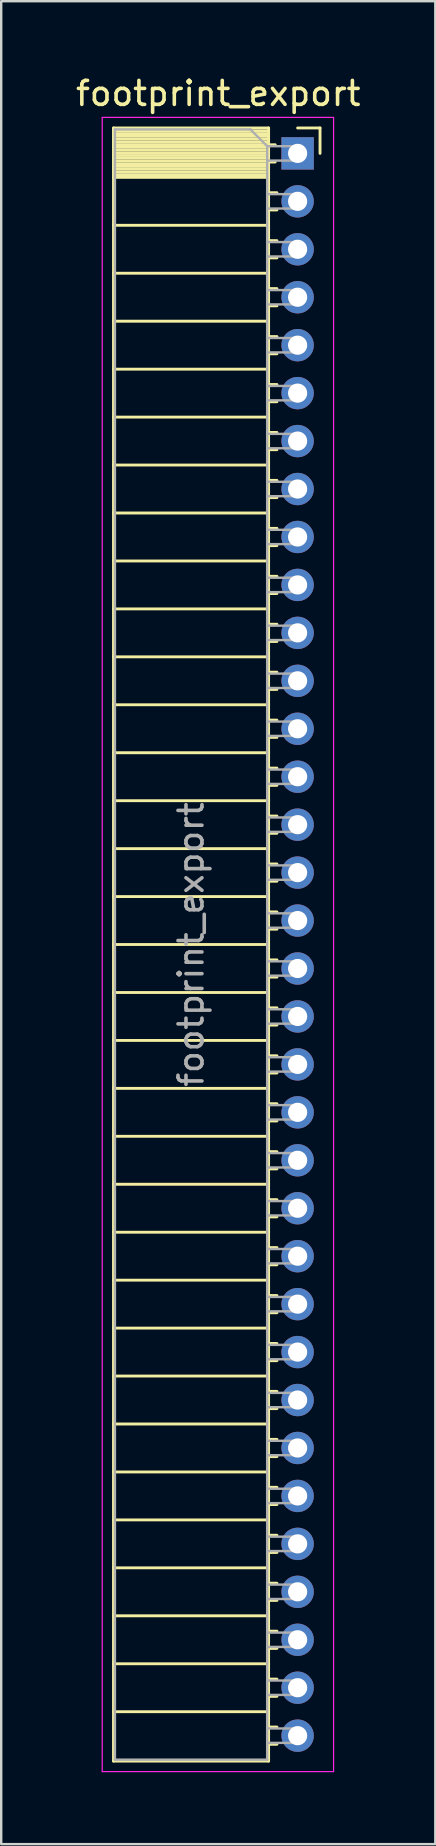
<source format=kicad_pcb>
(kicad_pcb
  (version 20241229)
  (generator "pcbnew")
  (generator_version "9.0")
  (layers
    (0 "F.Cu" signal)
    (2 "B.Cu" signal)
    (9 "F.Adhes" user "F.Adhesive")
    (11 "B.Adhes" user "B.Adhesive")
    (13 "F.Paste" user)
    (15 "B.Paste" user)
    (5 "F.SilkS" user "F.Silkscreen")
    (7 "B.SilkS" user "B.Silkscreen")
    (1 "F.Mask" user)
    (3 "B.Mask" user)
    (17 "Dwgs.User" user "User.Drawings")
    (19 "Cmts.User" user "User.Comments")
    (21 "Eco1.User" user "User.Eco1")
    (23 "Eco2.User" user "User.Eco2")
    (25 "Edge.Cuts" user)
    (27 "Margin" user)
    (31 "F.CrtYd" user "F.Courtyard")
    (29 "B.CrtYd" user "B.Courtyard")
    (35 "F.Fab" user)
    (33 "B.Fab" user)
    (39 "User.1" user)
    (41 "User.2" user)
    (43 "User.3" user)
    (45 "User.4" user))
  (footprint "footprint_export"
    (layer "F.Cu")
    (at 9.364 3.348)
    (property "Reference" "footprint_export" (at -3.31 -2.5 0) (layer "F.SilkS") (effects (font (size 1 1) (thickness 0.15))))
    (attr through_hole)
    (fp_line (start -7.68 -1.06) (end -7.68 67.06) (stroke (width 0.12) (type solid)) (layer "F.SilkS"))
    (fp_line (start -7.68 -1.06) (end -1.21 -1.06) (stroke (width 0.12) (type solid)) (layer "F.SilkS"))
    (fp_line (start -7.68 -0.94) (end -1.21 -0.94) (stroke (width 0.12) (type solid)) (layer "F.SilkS"))
    (fp_line (start -7.68 -0.826) (end -1.21 -0.826) (stroke (width 0.12) (type solid)) (layer "F.SilkS"))
    (fp_line (start -7.68 -0.712) (end -1.21 -0.712) (stroke (width 0.12) (type solid)) (layer "F.SilkS"))
    (fp_line (start -7.68 -0.598) (end -1.21 -0.598) (stroke (width 0.12) (type solid)) (layer "F.SilkS"))
    (fp_line (start -7.68 -0.484) (end -1.21 -0.484) (stroke (width 0.12) (type solid)) (layer "F.SilkS"))
    (fp_line (start -7.68 -0.369) (end -1.21 -0.369) (stroke (width 0.12) (type solid)) (layer "F.SilkS"))
    (fp_line (start -7.68 -0.255) (end -1.21 -0.255) (stroke (width 0.12) (type solid)) (layer "F.SilkS"))
    (fp_line (start -7.68 -0.141) (end -1.21 -0.141) (stroke (width 0.12) (type solid)) (layer "F.SilkS"))
    (fp_line (start -7.68 -0.027) (end -1.21 -0.027) (stroke (width 0.12) (type solid)) (layer "F.SilkS"))
    (fp_line (start -7.68 0.087) (end -1.21 0.087) (stroke (width 0.12) (type solid)) (layer "F.SilkS"))
    (fp_line (start -7.68 0.201) (end -1.21 0.201) (stroke (width 0.12) (type solid)) (layer "F.SilkS"))
    (fp_line (start -7.68 0.315) (end -1.21 0.315) (stroke (width 0.12) (type solid)) (layer "F.SilkS"))
    (fp_line (start -7.68 0.429) (end -1.21 0.429) (stroke (width 0.12) (type solid)) (layer "F.SilkS"))
    (fp_line (start -7.68 0.544) (end -1.21 0.544) (stroke (width 0.12) (type solid)) (layer "F.SilkS"))
    (fp_line (start -7.68 0.658) (end -1.21 0.658) (stroke (width 0.12) (type solid)) (layer "F.SilkS"))
    (fp_line (start -7.68 0.772) (end -1.21 0.772) (stroke (width 0.12) (type solid)) (layer "F.SilkS"))
    (fp_line (start -7.68 0.886) (end -1.21 0.886) (stroke (width 0.12) (type solid)) (layer "F.SilkS"))
    (fp_line (start -7.68 1) (end -1.21 1) (stroke (width 0.12) (type solid)) (layer "F.SilkS"))
    (fp_line (start -7.68 3) (end -1.21 3) (stroke (width 0.12) (type solid)) (layer "F.SilkS"))
    (fp_line (start -7.68 5) (end -1.21 5) (stroke (width 0.12) (type solid)) (layer "F.SilkS"))
    (fp_line (start -7.68 7) (end -1.21 7) (stroke (width 0.12) (type solid)) (layer "F.SilkS"))
    (fp_line (start -7.68 9) (end -1.21 9) (stroke (width 0.12) (type solid)) (layer "F.SilkS"))
    (fp_line (start -7.68 11) (end -1.21 11) (stroke (width 0.12) (type solid)) (layer "F.SilkS"))
    (fp_line (start -7.68 13) (end -1.21 13) (stroke (width 0.12) (type solid)) (layer "F.SilkS"))
    (fp_line (start -7.68 15) (end -1.21 15) (stroke (width 0.12) (type solid)) (layer "F.SilkS"))
    (fp_line (start -7.68 17) (end -1.21 17) (stroke (width 0.12) (type solid)) (layer "F.SilkS"))
    (fp_line (start -7.68 19) (end -1.21 19) (stroke (width 0.12) (type solid)) (layer "F.SilkS"))
    (fp_line (start -7.68 21) (end -1.21 21) (stroke (width 0.12) (type solid)) (layer "F.SilkS"))
    (fp_line (start -7.68 23) (end -1.21 23) (stroke (width 0.12) (type solid)) (layer "F.SilkS"))
    (fp_line (start -7.68 25) (end -1.21 25) (stroke (width 0.12) (type solid)) (layer "F.SilkS"))
    (fp_line (start -7.68 27) (end -1.21 27) (stroke (width 0.12) (type solid)) (layer "F.SilkS"))
    (fp_line (start -7.68 29) (end -1.21 29) (stroke (width 0.12) (type solid)) (layer "F.SilkS"))
    (fp_line (start -7.68 31) (end -1.21 31) (stroke (width 0.12) (type solid)) (layer "F.SilkS"))
    (fp_line (start -7.68 33) (end -1.21 33) (stroke (width 0.12) (type solid)) (layer "F.SilkS"))
    (fp_line (start -7.68 35) (end -1.21 35) (stroke (width 0.12) (type solid)) (layer "F.SilkS"))
    (fp_line (start -7.68 37) (end -1.21 37) (stroke (width 0.12) (type solid)) (layer "F.SilkS"))
    (fp_line (start -7.68 39) (end -1.21 39) (stroke (width 0.12) (type solid)) (layer "F.SilkS"))
    (fp_line (start -7.68 41) (end -1.21 41) (stroke (width 0.12) (type solid)) (layer "F.SilkS"))
    (fp_line (start -7.68 43) (end -1.21 43) (stroke (width 0.12) (type solid)) (layer "F.SilkS"))
    (fp_line (start -7.68 45) (end -1.21 45) (stroke (width 0.12) (type solid)) (layer "F.SilkS"))
    (fp_line (start -7.68 47) (end -1.21 47) (stroke (width 0.12) (type solid)) (layer "F.SilkS"))
    (fp_line (start -7.68 49) (end -1.21 49) (stroke (width 0.12) (type solid)) (layer "F.SilkS"))
    (fp_line (start -7.68 51) (end -1.21 51) (stroke (width 0.12) (type solid)) (layer "F.SilkS"))
    (fp_line (start -7.68 53) (end -1.21 53) (stroke (width 0.12) (type solid)) (layer "F.SilkS"))
    (fp_line (start -7.68 55) (end -1.21 55) (stroke (width 0.12) (type solid)) (layer "F.SilkS"))
    (fp_line (start -7.68 57) (end -1.21 57) (stroke (width 0.12) (type solid)) (layer "F.SilkS"))
    (fp_line (start -7.68 59) (end -1.21 59) (stroke (width 0.12) (type solid)) (layer "F.SilkS"))
    (fp_line (start -7.68 61) (end -1.21 61) (stroke (width 0.12) (type solid)) (layer "F.SilkS"))
    (fp_line (start -7.68 63) (end -1.21 63) (stroke (width 0.12) (type solid)) (layer "F.SilkS"))
    (fp_line (start -7.68 65) (end -1.21 65) (stroke (width 0.12) (type solid)) (layer "F.SilkS"))
    (fp_line (start -7.68 67.06) (end -1.21 67.06) (stroke (width 0.12) (type solid)) (layer "F.SilkS"))
    (fp_line (start -1.21 -1.06) (end -1.21 67.06) (stroke (width 0.12) (type solid)) (layer "F.SilkS"))
    (fp_line (start -1.21 -0.36) (end -0.935 -0.36) (stroke (width 0.12) (type solid)) (layer "F.SilkS"))
    (fp_line (start -1.21 0.36) (end -0.935 0.36) (stroke (width 0.12) (type solid)) (layer "F.SilkS"))
    (fp_line (start -1.21 1.64) (end -0.863 1.64) (stroke (width 0.12) (type solid)) (layer "F.SilkS"))
    (fp_line (start -1.21 2.36) (end -0.863 2.36) (stroke (width 0.12) (type solid)) (layer "F.SilkS"))
    (fp_line (start -1.21 3.64) (end -0.863 3.64) (stroke (width 0.12) (type solid)) (layer "F.SilkS"))
    (fp_line (start -1.21 4.36) (end -0.863 4.36) (stroke (width 0.12) (type solid)) (layer "F.SilkS"))
    (fp_line (start -1.21 5.64) (end -0.863 5.64) (stroke (width 0.12) (type solid)) (layer "F.SilkS"))
    (fp_line (start -1.21 6.36) (end -0.863 6.36) (stroke (width 0.12) (type solid)) (layer "F.SilkS"))
    (fp_line (start -1.21 7.64) (end -0.863 7.64) (stroke (width 0.12) (type solid)) (layer "F.SilkS"))
    (fp_line (start -1.21 8.36) (end -0.863 8.36) (stroke (width 0.12) (type solid)) (layer "F.SilkS"))
    (fp_line (start -1.21 9.64) (end -0.863 9.64) (stroke (width 0.12) (type solid)) (layer "F.SilkS"))
    (fp_line (start -1.21 10.36) (end -0.863 10.36) (stroke (width 0.12) (type solid)) (layer "F.SilkS"))
    (fp_line (start -1.21 11.64) (end -0.863 11.64) (stroke (width 0.12) (type solid)) (layer "F.SilkS"))
    (fp_line (start -1.21 12.36) (end -0.863 12.36) (stroke (width 0.12) (type solid)) (layer "F.SilkS"))
    (fp_line (start -1.21 13.64) (end -0.863 13.64) (stroke (width 0.12) (type solid)) (layer "F.SilkS"))
    (fp_line (start -1.21 14.36) (end -0.863 14.36) (stroke (width 0.12) (type solid)) (layer "F.SilkS"))
    (fp_line (start -1.21 15.64) (end -0.863 15.64) (stroke (width 0.12) (type solid)) (layer "F.SilkS"))
    (fp_line (start -1.21 16.36) (end -0.863 16.36) (stroke (width 0.12) (type solid)) (layer "F.SilkS"))
    (fp_line (start -1.21 17.64) (end -0.863 17.64) (stroke (width 0.12) (type solid)) (layer "F.SilkS"))
    (fp_line (start -1.21 18.36) (end -0.863 18.36) (stroke (width 0.12) (type solid)) (layer "F.SilkS"))
    (fp_line (start -1.21 19.64) (end -0.863 19.64) (stroke (width 0.12) (type solid)) (layer "F.SilkS"))
    (fp_line (start -1.21 20.36) (end -0.863 20.36) (stroke (width 0.12) (type solid)) (layer "F.SilkS"))
    (fp_line (start -1.21 21.64) (end -0.863 21.64) (stroke (width 0.12) (type solid)) (layer "F.SilkS"))
    (fp_line (start -1.21 22.36) (end -0.863 22.36) (stroke (width 0.12) (type solid)) (layer "F.SilkS"))
    (fp_line (start -1.21 23.64) (end -0.863 23.64) (stroke (width 0.12) (type solid)) (layer "F.SilkS"))
    (fp_line (start -1.21 24.36) (end -0.863 24.36) (stroke (width 0.12) (type solid)) (layer "F.SilkS"))
    (fp_line (start -1.21 25.64) (end -0.863 25.64) (stroke (width 0.12) (type solid)) (layer "F.SilkS"))
    (fp_line (start -1.21 26.36) (end -0.863 26.36) (stroke (width 0.12) (type solid)) (layer "F.SilkS"))
    (fp_line (start -1.21 27.64) (end -0.863 27.64) (stroke (width 0.12) (type solid)) (layer "F.SilkS"))
    (fp_line (start -1.21 28.36) (end -0.863 28.36) (stroke (width 0.12) (type solid)) (layer "F.SilkS"))
    (fp_line (start -1.21 29.64) (end -0.863 29.64) (stroke (width 0.12) (type solid)) (layer "F.SilkS"))
    (fp_line (start -1.21 30.36) (end -0.863 30.36) (stroke (width 0.12) (type solid)) (layer "F.SilkS"))
    (fp_line (start -1.21 31.64) (end -0.863 31.64) (stroke (width 0.12) (type solid)) (layer "F.SilkS"))
    (fp_line (start -1.21 32.36) (end -0.863 32.36) (stroke (width 0.12) (type solid)) (layer "F.SilkS"))
    (fp_line (start -1.21 33.64) (end -0.863 33.64) (stroke (width 0.12) (type solid)) (layer "F.SilkS"))
    (fp_line (start -1.21 34.36) (end -0.863 34.36) (stroke (width 0.12) (type solid)) (layer "F.SilkS"))
    (fp_line (start -1.21 35.64) (end -0.863 35.64) (stroke (width 0.12) (type solid)) (layer "F.SilkS"))
    (fp_line (start -1.21 36.36) (end -0.863 36.36) (stroke (width 0.12) (type solid)) (layer "F.SilkS"))
    (fp_line (start -1.21 37.64) (end -0.863 37.64) (stroke (width 0.12) (type solid)) (layer "F.SilkS"))
    (fp_line (start -1.21 38.36) (end -0.863 38.36) (stroke (width 0.12) (type solid)) (layer "F.SilkS"))
    (fp_line (start -1.21 39.64) (end -0.863 39.64) (stroke (width 0.12) (type solid)) (layer "F.SilkS"))
    (fp_line (start -1.21 40.36) (end -0.863 40.36) (stroke (width 0.12) (type solid)) (layer "F.SilkS"))
    (fp_line (start -1.21 41.64) (end -0.863 41.64) (stroke (width 0.12) (type solid)) (layer "F.SilkS"))
    (fp_line (start -1.21 42.36) (end -0.863 42.36) (stroke (width 0.12) (type solid)) (layer "F.SilkS"))
    (fp_line (start -1.21 43.64) (end -0.863 43.64) (stroke (width 0.12) (type solid)) (layer "F.SilkS"))
    (fp_line (start -1.21 44.36) (end -0.863 44.36) (stroke (width 0.12) (type solid)) (layer "F.SilkS"))
    (fp_line (start -1.21 45.64) (end -0.863 45.64) (stroke (width 0.12) (type solid)) (layer "F.SilkS"))
    (fp_line (start -1.21 46.36) (end -0.863 46.36) (stroke (width 0.12) (type solid)) (layer "F.SilkS"))
    (fp_line (start -1.21 47.64) (end -0.863 47.64) (stroke (width 0.12) (type solid)) (layer "F.SilkS"))
    (fp_line (start -1.21 48.36) (end -0.863 48.36) (stroke (width 0.12) (type solid)) (layer "F.SilkS"))
    (fp_line (start -1.21 49.64) (end -0.863 49.64) (stroke (width 0.12) (type solid)) (layer "F.SilkS"))
    (fp_line (start -1.21 50.36) (end -0.863 50.36) (stroke (width 0.12) (type solid)) (layer "F.SilkS"))
    (fp_line (start -1.21 51.64) (end -0.863 51.64) (stroke (width 0.12) (type solid)) (layer "F.SilkS"))
    (fp_line (start -1.21 52.36) (end -0.863 52.36) (stroke (width 0.12) (type solid)) (layer "F.SilkS"))
    (fp_line (start -1.21 53.64) (end -0.863 53.64) (stroke (width 0.12) (type solid)) (layer "F.SilkS"))
    (fp_line (start -1.21 54.36) (end -0.863 54.36) (stroke (width 0.12) (type solid)) (layer "F.SilkS"))
    (fp_line (start -1.21 55.64) (end -0.863 55.64) (stroke (width 0.12) (type solid)) (layer "F.SilkS"))
    (fp_line (start -1.21 56.36) (end -0.863 56.36) (stroke (width 0.12) (type solid)) (layer "F.SilkS"))
    (fp_line (start -1.21 57.64) (end -0.863 57.64) (stroke (width 0.12) (type solid)) (layer "F.SilkS"))
    (fp_line (start -1.21 58.36) (end -0.863 58.36) (stroke (width 0.12) (type solid)) (layer "F.SilkS"))
    (fp_line (start -1.21 59.64) (end -0.863 59.64) (stroke (width 0.12) (type solid)) (layer "F.SilkS"))
    (fp_line (start -1.21 60.36) (end -0.863 60.36) (stroke (width 0.12) (type solid)) (layer "F.SilkS"))
    (fp_line (start -1.21 61.64) (end -0.863 61.64) (stroke (width 0.12) (type solid)) (layer "F.SilkS"))
    (fp_line (start -1.21 62.36) (end -0.863 62.36) (stroke (width 0.12) (type solid)) (layer "F.SilkS"))
    (fp_line (start -1.21 63.64) (end -0.863 63.64) (stroke (width 0.12) (type solid)) (layer "F.SilkS"))
    (fp_line (start -1.21 64.36) (end -0.863 64.36) (stroke (width 0.12) (type solid)) (layer "F.SilkS"))
    (fp_line (start -1.21 65.64) (end -0.863 65.64) (stroke (width 0.12) (type solid)) (layer "F.SilkS"))
    (fp_line (start -1.21 66.36) (end -0.863 66.36) (stroke (width 0.12) (type solid)) (layer "F.SilkS"))
    (fp_line (start 0 -1.06) (end 0.935 -1.06) (stroke (width 0.12) (type solid)) (layer "F.SilkS"))
    (fp_line (start 0.935 -1.06) (end 0.935 0) (stroke (width 0.12) (type solid)) (layer "F.SilkS"))
    (fp_line (start -8.15 -1.5) (end -8.15 67.5) (stroke (width 0.05) (type solid)) (layer "F.CrtYd"))
    (fp_line (start -8.15 67.5) (end 1.5 67.5) (stroke (width 0.05) (type solid)) (layer "F.CrtYd"))
    (fp_line (start 1.5 -1.5) (end -8.15 -1.5) (stroke (width 0.05) (type solid)) (layer "F.CrtYd"))
    (fp_line (start 1.5 67.5) (end 1.5 -1.5) (stroke (width 0.05) (type solid)) (layer "F.CrtYd"))
    (fp_line (start -7.62 -1) (end -1.97 -1) (stroke (width 0.1) (type solid)) (layer "F.Fab"))
    (fp_line (start -7.62 67) (end -7.62 -1) (stroke (width 0.1) (type solid)) (layer "F.Fab"))
    (fp_line (start -1.97 -1) (end -1.27 -0.3) (stroke (width 0.1) (type solid)) (layer "F.Fab"))
    (fp_line (start -1.27 -0.3) (end -1.27 67) (stroke (width 0.1) (type solid)) (layer "F.Fab"))
    (fp_line (start -1.27 0.3) (end 0 0.3) (stroke (width 0.1) (type solid)) (layer "F.Fab"))
    (fp_line (start -1.27 2.3) (end 0 2.3) (stroke (width 0.1) (type solid)) (layer "F.Fab"))
    (fp_line (start -1.27 4.3) (end 0 4.3) (stroke (width 0.1) (type solid)) (layer "F.Fab"))
    (fp_line (start -1.27 6.3) (end 0 6.3) (stroke (width 0.1) (type solid)) (layer "F.Fab"))
    (fp_line (start -1.27 8.3) (end 0 8.3) (stroke (width 0.1) (type solid)) (layer "F.Fab"))
    (fp_line (start -1.27 10.3) (end 0 10.3) (stroke (width 0.1) (type solid)) (layer "F.Fab"))
    (fp_line (start -1.27 12.3) (end 0 12.3) (stroke (width 0.1) (type solid)) (layer "F.Fab"))
    (fp_line (start -1.27 14.3) (end 0 14.3) (stroke (width 0.1) (type solid)) (layer "F.Fab"))
    (fp_line (start -1.27 16.3) (end 0 16.3) (stroke (width 0.1) (type solid)) (layer "F.Fab"))
    (fp_line (start -1.27 18.3) (end 0 18.3) (stroke (width 0.1) (type solid)) (layer "F.Fab"))
    (fp_line (start -1.27 20.3) (end 0 20.3) (stroke (width 0.1) (type solid)) (layer "F.Fab"))
    (fp_line (start -1.27 22.3) (end 0 22.3) (stroke (width 0.1) (type solid)) (layer "F.Fab"))
    (fp_line (start -1.27 24.3) (end 0 24.3) (stroke (width 0.1) (type solid)) (layer "F.Fab"))
    (fp_line (start -1.27 26.3) (end 0 26.3) (stroke (width 0.1) (type solid)) (layer "F.Fab"))
    (fp_line (start -1.27 28.3) (end 0 28.3) (stroke (width 0.1) (type solid)) (layer "F.Fab"))
    (fp_line (start -1.27 30.3) (end 0 30.3) (stroke (width 0.1) (type solid)) (layer "F.Fab"))
    (fp_line (start -1.27 32.3) (end 0 32.3) (stroke (width 0.1) (type solid)) (layer "F.Fab"))
    (fp_line (start -1.27 34.3) (end 0 34.3) (stroke (width 0.1) (type solid)) (layer "F.Fab"))
    (fp_line (start -1.27 36.3) (end 0 36.3) (stroke (width 0.1) (type solid)) (layer "F.Fab"))
    (fp_line (start -1.27 38.3) (end 0 38.3) (stroke (width 0.1) (type solid)) (layer "F.Fab"))
    (fp_line (start -1.27 40.3) (end 0 40.3) (stroke (width 0.1) (type solid)) (layer "F.Fab"))
    (fp_line (start -1.27 42.3) (end 0 42.3) (stroke (width 0.1) (type solid)) (layer "F.Fab"))
    (fp_line (start -1.27 44.3) (end 0 44.3) (stroke (width 0.1) (type solid)) (layer "F.Fab"))
    (fp_line (start -1.27 46.3) (end 0 46.3) (stroke (width 0.1) (type solid)) (layer "F.Fab"))
    (fp_line (start -1.27 48.3) (end 0 48.3) (stroke (width 0.1) (type solid)) (layer "F.Fab"))
    (fp_line (start -1.27 50.3) (end 0 50.3) (stroke (width 0.1) (type solid)) (layer "F.Fab"))
    (fp_line (start -1.27 52.3) (end 0 52.3) (stroke (width 0.1) (type solid)) (layer "F.Fab"))
    (fp_line (start -1.27 54.3) (end 0 54.3) (stroke (width 0.1) (type solid)) (layer "F.Fab"))
    (fp_line (start -1.27 56.3) (end 0 56.3) (stroke (width 0.1) (type solid)) (layer "F.Fab"))
    (fp_line (start -1.27 58.3) (end 0 58.3) (stroke (width 0.1) (type solid)) (layer "F.Fab"))
    (fp_line (start -1.27 60.3) (end 0 60.3) (stroke (width 0.1) (type solid)) (layer "F.Fab"))
    (fp_line (start -1.27 62.3) (end 0 62.3) (stroke (width 0.1) (type solid)) (layer "F.Fab"))
    (fp_line (start -1.27 64.3) (end 0 64.3) (stroke (width 0.1) (type solid)) (layer "F.Fab"))
    (fp_line (start -1.27 66.3) (end 0 66.3) (stroke (width 0.1) (type solid)) (layer "F.Fab"))
    (fp_line (start -1.27 67) (end -7.62 67) (stroke (width 0.1) (type solid)) (layer "F.Fab"))
    (fp_line (start 0 -0.3) (end -1.27 -0.3) (stroke (width 0.1) (type solid)) (layer "F.Fab"))
    (fp_line (start 0 0.3) (end 0 -0.3) (stroke (width 0.1) (type solid)) (layer "F.Fab"))
    (fp_line (start 0 1.7) (end -1.27 1.7) (stroke (width 0.1) (type solid)) (layer "F.Fab"))
    (fp_line (start 0 2.3) (end 0 1.7) (stroke (width 0.1) (type solid)) (layer "F.Fab"))
    (fp_line (start 0 3.7) (end -1.27 3.7) (stroke (width 0.1) (type solid)) (layer "F.Fab"))
    (fp_line (start 0 4.3) (end 0 3.7) (stroke (width 0.1) (type solid)) (layer "F.Fab"))
    (fp_line (start 0 5.7) (end -1.27 5.7) (stroke (width 0.1) (type solid)) (layer "F.Fab"))
    (fp_line (start 0 6.3) (end 0 5.7) (stroke (width 0.1) (type solid)) (layer "F.Fab"))
    (fp_line (start 0 7.7) (end -1.27 7.7) (stroke (width 0.1) (type solid)) (layer "F.Fab"))
    (fp_line (start 0 8.3) (end 0 7.7) (stroke (width 0.1) (type solid)) (layer "F.Fab"))
    (fp_line (start 0 9.7) (end -1.27 9.7) (stroke (width 0.1) (type solid)) (layer "F.Fab"))
    (fp_line (start 0 10.3) (end 0 9.7) (stroke (width 0.1) (type solid)) (layer "F.Fab"))
    (fp_line (start 0 11.7) (end -1.27 11.7) (stroke (width 0.1) (type solid)) (layer "F.Fab"))
    (fp_line (start 0 12.3) (end 0 11.7) (stroke (width 0.1) (type solid)) (layer "F.Fab"))
    (fp_line (start 0 13.7) (end -1.27 13.7) (stroke (width 0.1) (type solid)) (layer "F.Fab"))
    (fp_line (start 0 14.3) (end 0 13.7) (stroke (width 0.1) (type solid)) (layer "F.Fab"))
    (fp_line (start 0 15.7) (end -1.27 15.7) (stroke (width 0.1) (type solid)) (layer "F.Fab"))
    (fp_line (start 0 16.3) (end 0 15.7) (stroke (width 0.1) (type solid)) (layer "F.Fab"))
    (fp_line (start 0 17.7) (end -1.27 17.7) (stroke (width 0.1) (type solid)) (layer "F.Fab"))
    (fp_line (start 0 18.3) (end 0 17.7) (stroke (width 0.1) (type solid)) (layer "F.Fab"))
    (fp_line (start 0 19.7) (end -1.27 19.7) (stroke (width 0.1) (type solid)) (layer "F.Fab"))
    (fp_line (start 0 20.3) (end 0 19.7) (stroke (width 0.1) (type solid)) (layer "F.Fab"))
    (fp_line (start 0 21.7) (end -1.27 21.7) (stroke (width 0.1) (type solid)) (layer "F.Fab"))
    (fp_line (start 0 22.3) (end 0 21.7) (stroke (width 0.1) (type solid)) (layer "F.Fab"))
    (fp_line (start 0 23.7) (end -1.27 23.7) (stroke (width 0.1) (type solid)) (layer "F.Fab"))
    (fp_line (start 0 24.3) (end 0 23.7) (stroke (width 0.1) (type solid)) (layer "F.Fab"))
    (fp_line (start 0 25.7) (end -1.27 25.7) (stroke (width 0.1) (type solid)) (layer "F.Fab"))
    (fp_line (start 0 26.3) (end 0 25.7) (stroke (width 0.1) (type solid)) (layer "F.Fab"))
    (fp_line (start 0 27.7) (end -1.27 27.7) (stroke (width 0.1) (type solid)) (layer "F.Fab"))
    (fp_line (start 0 28.3) (end 0 27.7) (stroke (width 0.1) (type solid)) (layer "F.Fab"))
    (fp_line (start 0 29.7) (end -1.27 29.7) (stroke (width 0.1) (type solid)) (layer "F.Fab"))
    (fp_line (start 0 30.3) (end 0 29.7) (stroke (width 0.1) (type solid)) (layer "F.Fab"))
    (fp_line (start 0 31.7) (end -1.27 31.7) (stroke (width 0.1) (type solid)) (layer "F.Fab"))
    (fp_line (start 0 32.3) (end 0 31.7) (stroke (width 0.1) (type solid)) (layer "F.Fab"))
    (fp_line (start 0 33.7) (end -1.27 33.7) (stroke (width 0.1) (type solid)) (layer "F.Fab"))
    (fp_line (start 0 34.3) (end 0 33.7) (stroke (width 0.1) (type solid)) (layer "F.Fab"))
    (fp_line (start 0 35.7) (end -1.27 35.7) (stroke (width 0.1) (type solid)) (layer "F.Fab"))
    (fp_line (start 0 36.3) (end 0 35.7) (stroke (width 0.1) (type solid)) (layer "F.Fab"))
    (fp_line (start 0 37.7) (end -1.27 37.7) (stroke (width 0.1) (type solid)) (layer "F.Fab"))
    (fp_line (start 0 38.3) (end 0 37.7) (stroke (width 0.1) (type solid)) (layer "F.Fab"))
    (fp_line (start 0 39.7) (end -1.27 39.7) (stroke (width 0.1) (type solid)) (layer "F.Fab"))
    (fp_line (start 0 40.3) (end 0 39.7) (stroke (width 0.1) (type solid)) (layer "F.Fab"))
    (fp_line (start 0 41.7) (end -1.27 41.7) (stroke (width 0.1) (type solid)) (layer "F.Fab"))
    (fp_line (start 0 42.3) (end 0 41.7) (stroke (width 0.1) (type solid)) (layer "F.Fab"))
    (fp_line (start 0 43.7) (end -1.27 43.7) (stroke (width 0.1) (type solid)) (layer "F.Fab"))
    (fp_line (start 0 44.3) (end 0 43.7) (stroke (width 0.1) (type solid)) (layer "F.Fab"))
    (fp_line (start 0 45.7) (end -1.27 45.7) (stroke (width 0.1) (type solid)) (layer "F.Fab"))
    (fp_line (start 0 46.3) (end 0 45.7) (stroke (width 0.1) (type solid)) (layer "F.Fab"))
    (fp_line (start 0 47.7) (end -1.27 47.7) (stroke (width 0.1) (type solid)) (layer "F.Fab"))
    (fp_line (start 0 48.3) (end 0 47.7) (stroke (width 0.1) (type solid)) (layer "F.Fab"))
    (fp_line (start 0 49.7) (end -1.27 49.7) (stroke (width 0.1) (type solid)) (layer "F.Fab"))
    (fp_line (start 0 50.3) (end 0 49.7) (stroke (width 0.1) (type solid)) (layer "F.Fab"))
    (fp_line (start 0 51.7) (end -1.27 51.7) (stroke (width 0.1) (type solid)) (layer "F.Fab"))
    (fp_line (start 0 52.3) (end 0 51.7) (stroke (width 0.1) (type solid)) (layer "F.Fab"))
    (fp_line (start 0 53.7) (end -1.27 53.7) (stroke (width 0.1) (type solid)) (layer "F.Fab"))
    (fp_line (start 0 54.3) (end 0 53.7) (stroke (width 0.1) (type solid)) (layer "F.Fab"))
    (fp_line (start 0 55.7) (end -1.27 55.7) (stroke (width 0.1) (type solid)) (layer "F.Fab"))
    (fp_line (start 0 56.3) (end 0 55.7) (stroke (width 0.1) (type solid)) (layer "F.Fab"))
    (fp_line (start 0 57.7) (end -1.27 57.7) (stroke (width 0.1) (type solid)) (layer "F.Fab"))
    (fp_line (start 0 58.3) (end 0 57.7) (stroke (width 0.1) (type solid)) (layer "F.Fab"))
    (fp_line (start 0 59.7) (end -1.27 59.7) (stroke (width 0.1) (type solid)) (layer "F.Fab"))
    (fp_line (start 0 60.3) (end 0 59.7) (stroke (width 0.1) (type solid)) (layer "F.Fab"))
    (fp_line (start 0 61.7) (end -1.27 61.7) (stroke (width 0.1) (type solid)) (layer "F.Fab"))
    (fp_line (start 0 62.3) (end 0 61.7) (stroke (width 0.1) (type solid)) (layer "F.Fab"))
    (fp_line (start 0 63.7) (end -1.27 63.7) (stroke (width 0.1) (type solid)) (layer "F.Fab"))
    (fp_line (start 0 64.3) (end 0 63.7) (stroke (width 0.1) (type solid)) (layer "F.Fab"))
    (fp_line (start 0 65.7) (end -1.27 65.7) (stroke (width 0.1) (type solid)) (layer "F.Fab"))
    (fp_line (start 0 66.3) (end 0 65.7) (stroke (width 0.1) (type solid)) (layer "F.Fab"))
    (fp_text user "${REFERENCE}" (at -4.445 33 90) (layer "F.Fab") (effects (font (size 1 1) (thickness 0.15))))
    (pad "1" thru_hole rect (at 0 0) (size 1.35 1.35) (drill 0.8) (layers "*.Cu" "*.Mask"))
    (pad "2" thru_hole oval (at 0 2) (size 1.35 1.35) (drill 0.8) (layers "*.Cu" "*.Mask"))
    (pad "3" thru_hole oval (at 0 4) (size 1.35 1.35) (drill 0.8) (layers "*.Cu" "*.Mask"))
    (pad "4" thru_hole oval (at 0 6) (size 1.35 1.35) (drill 0.8) (layers "*.Cu" "*.Mask"))
    (pad "5" thru_hole oval (at 0 8) (size 1.35 1.35) (drill 0.8) (layers "*.Cu" "*.Mask"))
    (pad "6" thru_hole oval (at 0 10) (size 1.35 1.35) (drill 0.8) (layers "*.Cu" "*.Mask"))
    (pad "7" thru_hole oval (at 0 12) (size 1.35 1.35) (drill 0.8) (layers "*.Cu" "*.Mask"))
    (pad "8" thru_hole oval (at 0 14) (size 1.35 1.35) (drill 0.8) (layers "*.Cu" "*.Mask"))
    (pad "9" thru_hole oval (at 0 16) (size 1.35 1.35) (drill 0.8) (layers "*.Cu" "*.Mask"))
    (pad "10" thru_hole oval (at 0 18) (size 1.35 1.35) (drill 0.8) (layers "*.Cu" "*.Mask"))
    (pad "11" thru_hole oval (at 0 20) (size 1.35 1.35) (drill 0.8) (layers "*.Cu" "*.Mask"))
    (pad "12" thru_hole oval (at 0 22) (size 1.35 1.35) (drill 0.8) (layers "*.Cu" "*.Mask"))
    (pad "13" thru_hole oval (at 0 24) (size 1.35 1.35) (drill 0.8) (layers "*.Cu" "*.Mask"))
    (pad "14" thru_hole oval (at 0 26) (size 1.35 1.35) (drill 0.8) (layers "*.Cu" "*.Mask"))
    (pad "15" thru_hole oval (at 0 28) (size 1.35 1.35) (drill 0.8) (layers "*.Cu" "*.Mask"))
    (pad "16" thru_hole oval (at 0 30) (size 1.35 1.35) (drill 0.8) (layers "*.Cu" "*.Mask"))
    (pad "17" thru_hole oval (at 0 32) (size 1.35 1.35) (drill 0.8) (layers "*.Cu" "*.Mask"))
    (pad "18" thru_hole oval (at 0 34) (size 1.35 1.35) (drill 0.8) (layers "*.Cu" "*.Mask"))
    (pad "19" thru_hole oval (at 0 36) (size 1.35 1.35) (drill 0.8) (layers "*.Cu" "*.Mask"))
    (pad "20" thru_hole oval (at 0 38) (size 1.35 1.35) (drill 0.8) (layers "*.Cu" "*.Mask"))
    (pad "21" thru_hole oval (at 0 40) (size 1.35 1.35) (drill 0.8) (layers "*.Cu" "*.Mask"))
    (pad "22" thru_hole oval (at 0 42) (size 1.35 1.35) (drill 0.8) (layers "*.Cu" "*.Mask"))
    (pad "23" thru_hole oval (at 0 44) (size 1.35 1.35) (drill 0.8) (layers "*.Cu" "*.Mask"))
    (pad "24" thru_hole oval (at 0 46) (size 1.35 1.35) (drill 0.8) (layers "*.Cu" "*.Mask"))
    (pad "25" thru_hole oval (at 0 48) (size 1.35 1.35) (drill 0.8) (layers "*.Cu" "*.Mask"))
    (pad "26" thru_hole oval (at 0 50) (size 1.35 1.35) (drill 0.8) (layers "*.Cu" "*.Mask"))
    (pad "27" thru_hole oval (at 0 52) (size 1.35 1.35) (drill 0.8) (layers "*.Cu" "*.Mask"))
    (pad "28" thru_hole oval (at 0 54) (size 1.35 1.35) (drill 0.8) (layers "*.Cu" "*.Mask"))
    (pad "29" thru_hole oval (at 0 56) (size 1.35 1.35) (drill 0.8) (layers "*.Cu" "*.Mask"))
    (pad "30" thru_hole oval (at 0 58) (size 1.35 1.35) (drill 0.8) (layers "*.Cu" "*.Mask"))
    (pad "31" thru_hole oval (at 0 60) (size 1.35 1.35) (drill 0.8) (layers "*.Cu" "*.Mask"))
    (pad "32" thru_hole oval (at 0 62) (size 1.35 1.35) (drill 0.8) (layers "*.Cu" "*.Mask"))
    (pad "33" thru_hole oval (at 0 64) (size 1.35 1.35) (drill 0.8) (layers "*.Cu" "*.Mask"))
    (pad "34" thru_hole oval (at 0 66) (size 1.35 1.35) (drill 0.8) (layers "*.Cu" "*.Mask")))
  (gr_rect
    (start -3 -3)
    (end 15.107 73.873)
    (stroke (width 0.1) (type default))
    (fill no)
    (layer "Edge.Cuts")))
</source>
